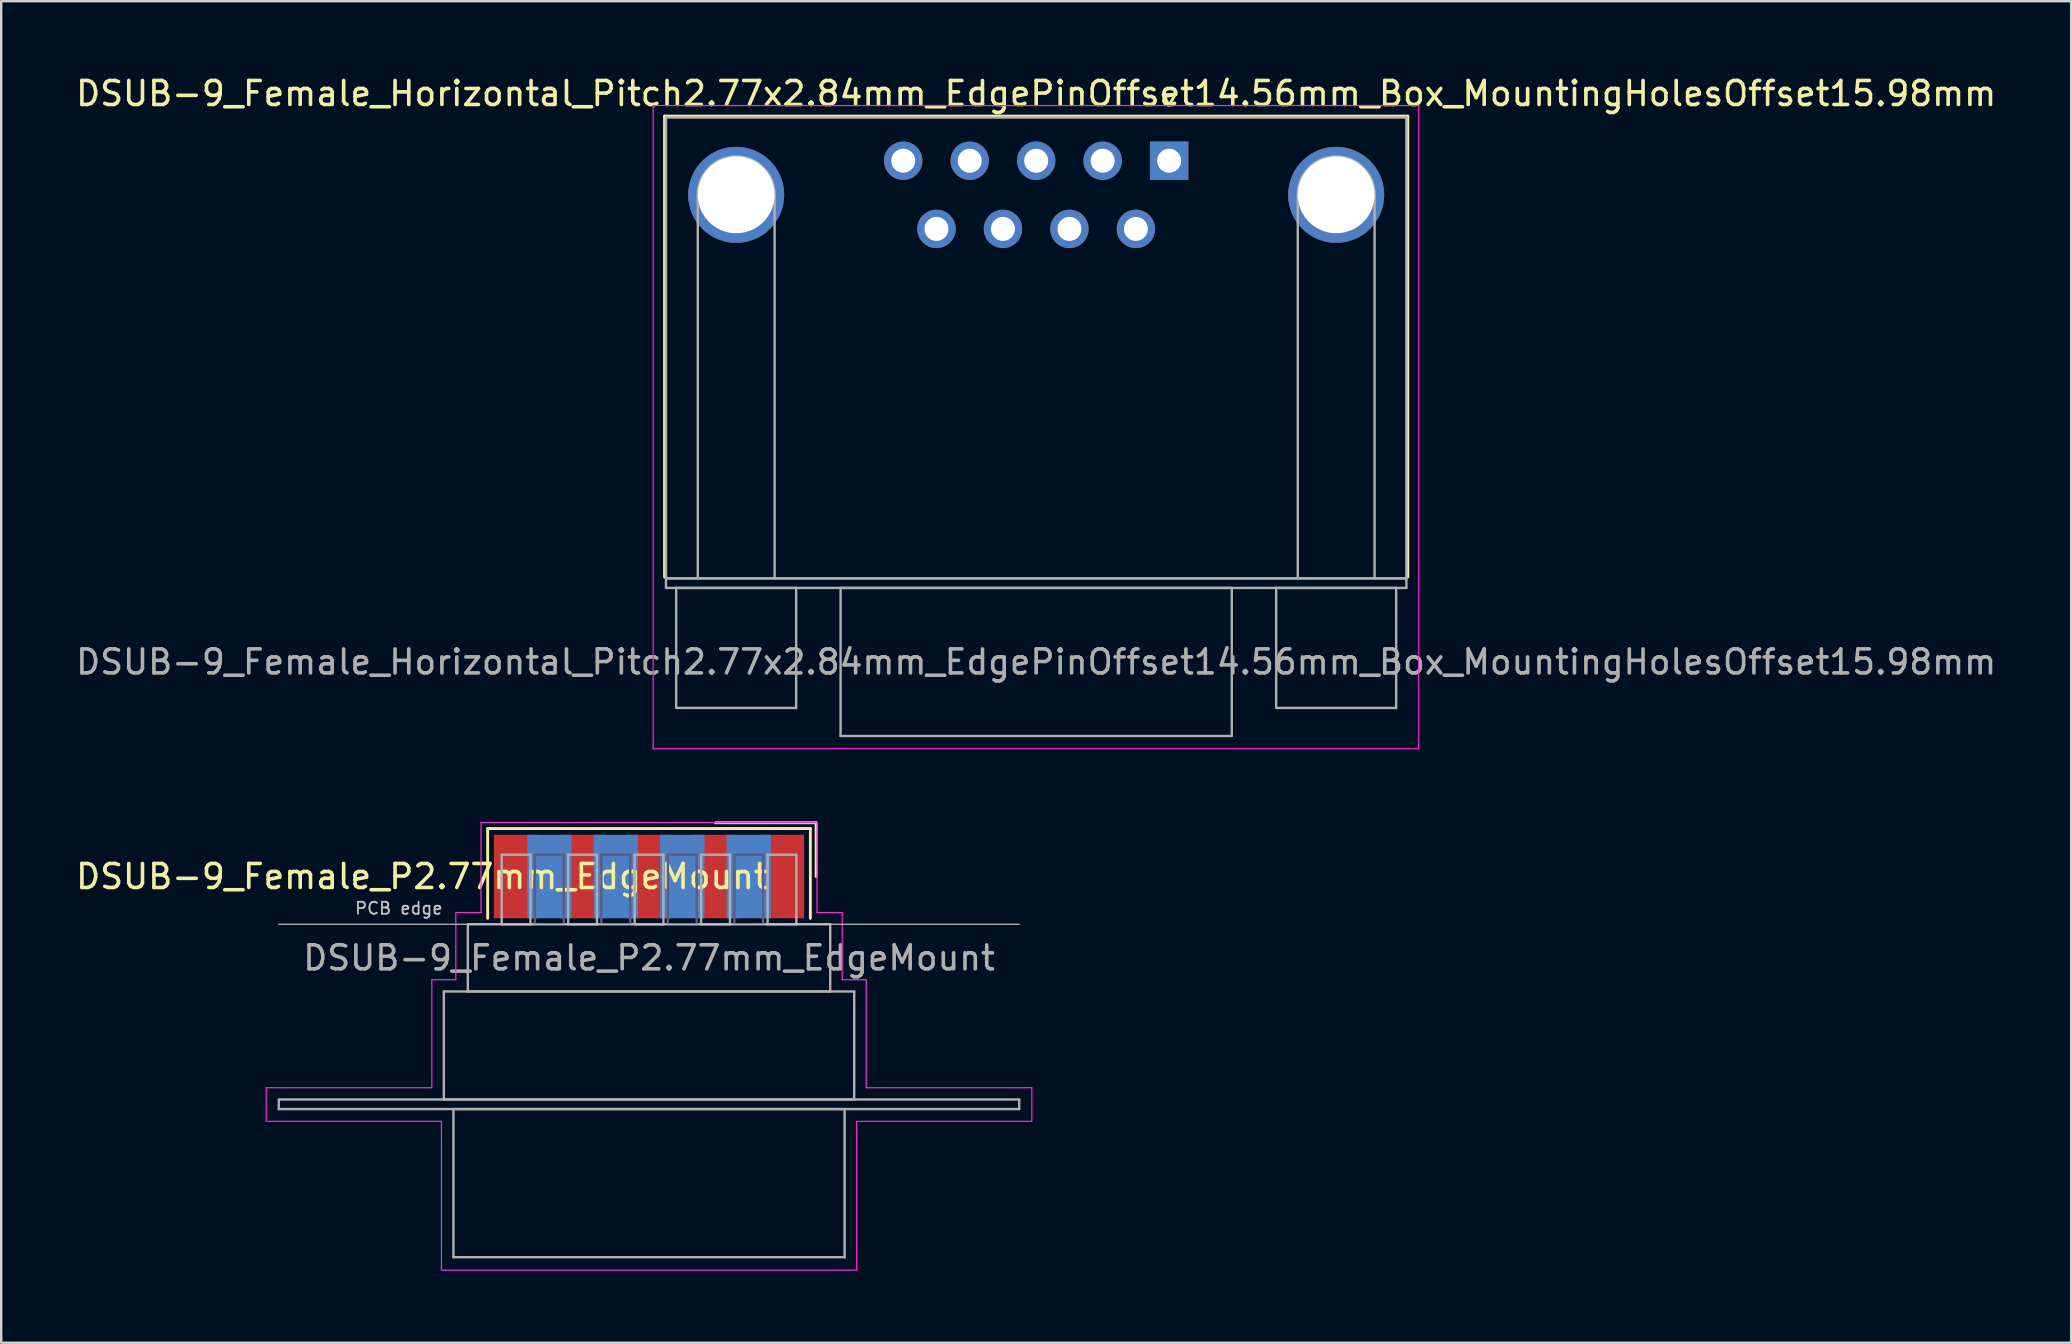
<source format=kicad_pcb>
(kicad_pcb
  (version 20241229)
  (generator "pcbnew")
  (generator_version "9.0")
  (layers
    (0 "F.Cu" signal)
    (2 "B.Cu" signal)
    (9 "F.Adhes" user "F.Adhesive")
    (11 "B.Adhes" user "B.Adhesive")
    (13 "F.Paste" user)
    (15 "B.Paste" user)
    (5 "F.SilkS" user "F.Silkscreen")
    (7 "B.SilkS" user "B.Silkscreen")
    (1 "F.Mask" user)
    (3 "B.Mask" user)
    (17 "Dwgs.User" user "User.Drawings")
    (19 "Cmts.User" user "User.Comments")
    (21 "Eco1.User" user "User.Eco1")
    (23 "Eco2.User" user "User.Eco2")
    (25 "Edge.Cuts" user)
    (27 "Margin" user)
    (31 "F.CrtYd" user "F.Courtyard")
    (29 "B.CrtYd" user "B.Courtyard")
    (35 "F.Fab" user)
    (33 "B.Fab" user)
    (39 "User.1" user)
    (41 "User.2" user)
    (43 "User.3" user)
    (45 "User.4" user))
  (footprint "DSUB-9_Female_P2.77mm_EdgeMount"
    (layer "F.Cu")
    (at 23.993 33.473)
    (property "Reference" "DSUB-9_Female_P2.77mm_EdgeMount" (at -9.463 0 0) (layer "F.SilkS") (effects (font (size 1 1) (thickness 0.15))))
    (attr smd)
    (fp_line (start -6.723 -2) (end -6.723 1.74) (stroke (width 0.12) (type solid)) (layer "F.SilkS"))
    (fp_line (start 6.723 -2) (end -6.723 -2) (stroke (width 0.12) (type solid)) (layer "F.SilkS"))
    (fp_line (start 6.723 1.74) (end 6.723 -2) (stroke (width 0.12) (type solid)) (layer "F.SilkS"))
    (fp_line (start 6.963 -2.24) (end 2.77 -2.24) (stroke (width 0.12) (type solid)) (layer "F.SilkS"))
    (fp_line (start 6.963 0) (end 6.963 -2.24) (stroke (width 0.12) (type solid)) (layer "F.SilkS"))
    (fp_line (start -15.425 1.99) (end 15.425 1.99) (stroke (width 0.05) (type solid)) (layer "Dwgs.User"))
    (fp_line (start -15.95 8.8) (end -9.05 8.8) (stroke (width 0.05) (type solid)) (layer "F.CrtYd"))
    (fp_line (start -15.95 10.2) (end -15.95 8.8) (stroke (width 0.05) (type solid)) (layer "F.CrtYd"))
    (fp_line (start -9.05 4.3) (end -8.05 4.3) (stroke (width 0.05) (type solid)) (layer "F.CrtYd"))
    (fp_line (start -9.05 8.8) (end -9.05 4.3) (stroke (width 0.05) (type solid)) (layer "F.CrtYd"))
    (fp_line (start -8.65 10.2) (end -15.95 10.2) (stroke (width 0.05) (type solid)) (layer "F.CrtYd"))
    (fp_line (start -8.65 16.4) (end -8.65 10.2) (stroke (width 0.05) (type solid)) (layer "F.CrtYd"))
    (fp_line (start -8.05 1.5) (end -7 1.5) (stroke (width 0.05) (type solid)) (layer "F.CrtYd"))
    (fp_line (start -8.05 4.3) (end -8.05 1.5) (stroke (width 0.05) (type solid)) (layer "F.CrtYd"))
    (fp_line (start -7 -2.25) (end 7 -2.25) (stroke (width 0.05) (type solid)) (layer "F.CrtYd"))
    (fp_line (start -7 1.5) (end -7 -2.25) (stroke (width 0.05) (type solid)) (layer "F.CrtYd"))
    (fp_line (start 7 -2.25) (end 7 1.5) (stroke (width 0.05) (type solid)) (layer "F.CrtYd"))
    (fp_line (start 7 1.5) (end 8.05 1.5) (stroke (width 0.05) (type solid)) (layer "F.CrtYd"))
    (fp_line (start 8.05 1.5) (end 8.05 4.3) (stroke (width 0.05) (type solid)) (layer "F.CrtYd"))
    (fp_line (start 8.05 4.3) (end 9.05 4.3) (stroke (width 0.05) (type solid)) (layer "F.CrtYd"))
    (fp_line (start 8.65 10.2) (end 8.65 16.4) (stroke (width 0.05) (type solid)) (layer "F.CrtYd"))
    (fp_line (start 8.65 16.4) (end -8.65 16.4) (stroke (width 0.05) (type solid)) (layer "F.CrtYd"))
    (fp_line (start 9.05 4.3) (end 9.05 8.8) (stroke (width 0.05) (type solid)) (layer "F.CrtYd"))
    (fp_line (start 9.05 8.8) (end 15.95 8.8) (stroke (width 0.05) (type solid)) (layer "F.CrtYd"))
    (fp_line (start 15.95 8.8) (end 15.95 10.2) (stroke (width 0.05) (type solid)) (layer "F.CrtYd"))
    (fp_line (start 15.95 10.2) (end 8.65 10.2) (stroke (width 0.05) (type solid)) (layer "F.CrtYd"))
    (fp_line (start -4.755 -0.91) (end -4.755 1.99) (stroke (width 0.1) (type solid)) (layer "B.Fab"))
    (fp_line (start -4.755 1.99) (end -3.555 1.99) (stroke (width 0.1) (type solid)) (layer "B.Fab"))
    (fp_line (start -3.555 -0.91) (end -4.755 -0.91) (stroke (width 0.1) (type solid)) (layer "B.Fab"))
    (fp_line (start -3.555 1.99) (end -3.555 -0.91) (stroke (width 0.1) (type solid)) (layer "B.Fab"))
    (fp_line (start -1.985 -0.91) (end -1.985 1.99) (stroke (width 0.1) (type solid)) (layer "B.Fab"))
    (fp_line (start -1.985 1.99) (end -0.785 1.99) (stroke (width 0.1) (type solid)) (layer "B.Fab"))
    (fp_line (start -0.785 -0.91) (end -1.985 -0.91) (stroke (width 0.1) (type solid)) (layer "B.Fab"))
    (fp_line (start -0.785 1.99) (end -0.785 -0.91) (stroke (width 0.1) (type solid)) (layer "B.Fab"))
    (fp_line (start 0.785 -0.91) (end 0.785 1.99) (stroke (width 0.1) (type solid)) (layer "B.Fab"))
    (fp_line (start 0.785 1.99) (end 1.985 1.99) (stroke (width 0.1) (type solid)) (layer "B.Fab"))
    (fp_line (start 1.985 -0.91) (end 0.785 -0.91) (stroke (width 0.1) (type solid)) (layer "B.Fab"))
    (fp_line (start 1.985 1.99) (end 1.985 -0.91) (stroke (width 0.1) (type solid)) (layer "B.Fab"))
    (fp_line (start 3.555 -0.91) (end 3.555 1.99) (stroke (width 0.1) (type solid)) (layer "B.Fab"))
    (fp_line (start 3.555 1.99) (end 4.755 1.99) (stroke (width 0.1) (type solid)) (layer "B.Fab"))
    (fp_line (start 4.755 -0.91) (end 3.555 -0.91) (stroke (width 0.1) (type solid)) (layer "B.Fab"))
    (fp_line (start 4.755 1.99) (end 4.755 -0.91) (stroke (width 0.1) (type solid)) (layer "B.Fab"))
    (fp_line (start -15.425 9.29) (end -15.425 9.69) (stroke (width 0.1) (type solid)) (layer "F.Fab"))
    (fp_line (start -15.425 9.69) (end 15.425 9.69) (stroke (width 0.1) (type solid)) (layer "F.Fab"))
    (fp_line (start -8.55 4.79) (end -8.55 9.29) (stroke (width 0.1) (type solid)) (layer "F.Fab"))
    (fp_line (start -8.55 9.29) (end 8.55 9.29) (stroke (width 0.1) (type solid)) (layer "F.Fab"))
    (fp_line (start -8.15 9.69) (end -8.15 15.86) (stroke (width 0.1) (type solid)) (layer "F.Fab"))
    (fp_line (start -8.15 15.86) (end 8.15 15.86) (stroke (width 0.1) (type solid)) (layer "F.Fab"))
    (fp_line (start -7.55 1.99) (end -7.55 4.79) (stroke (width 0.1) (type solid)) (layer "F.Fab"))
    (fp_line (start -7.55 4.79) (end 7.55 4.79) (stroke (width 0.1) (type solid)) (layer "F.Fab"))
    (fp_line (start -6.14 -0.91) (end -6.14 1.99) (stroke (width 0.1) (type solid)) (layer "F.Fab"))
    (fp_line (start -6.14 1.99) (end -4.94 1.99) (stroke (width 0.1) (type solid)) (layer "F.Fab"))
    (fp_line (start -4.94 -0.91) (end -6.14 -0.91) (stroke (width 0.1) (type solid)) (layer "F.Fab"))
    (fp_line (start -4.94 1.99) (end -4.94 -0.91) (stroke (width 0.1) (type solid)) (layer "F.Fab"))
    (fp_line (start -3.37 -0.91) (end -3.37 1.99) (stroke (width 0.1) (type solid)) (layer "F.Fab"))
    (fp_line (start -3.37 1.99) (end -2.17 1.99) (stroke (width 0.1) (type solid)) (layer "F.Fab"))
    (fp_line (start -2.17 -0.91) (end -3.37 -0.91) (stroke (width 0.1) (type solid)) (layer "F.Fab"))
    (fp_line (start -2.17 1.99) (end -2.17 -0.91) (stroke (width 0.1) (type solid)) (layer "F.Fab"))
    (fp_line (start -0.6 -0.91) (end -0.6 1.99) (stroke (width 0.1) (type solid)) (layer "F.Fab"))
    (fp_line (start -0.6 1.99) (end 0.6 1.99) (stroke (width 0.1) (type solid)) (layer "F.Fab"))
    (fp_line (start 0.6 -0.91) (end -0.6 -0.91) (stroke (width 0.1) (type solid)) (layer "F.Fab"))
    (fp_line (start 0.6 1.99) (end 0.6 -0.91) (stroke (width 0.1) (type solid)) (layer "F.Fab"))
    (fp_line (start 2.17 -0.91) (end 2.17 1.99) (stroke (width 0.1) (type solid)) (layer "F.Fab"))
    (fp_line (start 2.17 1.99) (end 3.37 1.99) (stroke (width 0.1) (type solid)) (layer "F.Fab"))
    (fp_line (start 3.37 -0.91) (end 2.17 -0.91) (stroke (width 0.1) (type solid)) (layer "F.Fab"))
    (fp_line (start 3.37 1.99) (end 3.37 -0.91) (stroke (width 0.1) (type solid)) (layer "F.Fab"))
    (fp_line (start 4.94 -0.91) (end 4.94 1.99) (stroke (width 0.1) (type solid)) (layer "F.Fab"))
    (fp_line (start 4.94 1.99) (end 6.14 1.99) (stroke (width 0.1) (type solid)) (layer "F.Fab"))
    (fp_line (start 6.14 -0.91) (end 4.94 -0.91) (stroke (width 0.1) (type solid)) (layer "F.Fab"))
    (fp_line (start 6.14 1.99) (end 6.14 -0.91) (stroke (width 0.1) (type solid)) (layer "F.Fab"))
    (fp_line (start 7.55 1.99) (end -7.55 1.99) (stroke (width 0.1) (type solid)) (layer "F.Fab"))
    (fp_line (start 7.55 4.79) (end 7.55 1.99) (stroke (width 0.1) (type solid)) (layer "F.Fab"))
    (fp_line (start 8.15 9.69) (end -8.15 9.69) (stroke (width 0.1) (type solid)) (layer "F.Fab"))
    (fp_line (start 8.15 15.86) (end 8.15 9.69) (stroke (width 0.1) (type solid)) (layer "F.Fab"))
    (fp_line (start 8.55 4.79) (end -8.55 4.79) (stroke (width 0.1) (type solid)) (layer "F.Fab"))
    (fp_line (start 8.55 9.29) (end 8.55 4.79) (stroke (width 0.1) (type solid)) (layer "F.Fab"))
    (fp_line (start 15.425 9.29) (end -15.425 9.29) (stroke (width 0.1) (type solid)) (layer "F.Fab"))
    (fp_line (start 15.425 9.69) (end 15.425 9.29) (stroke (width 0.1) (type solid)) (layer "F.Fab"))
    (fp_text user "PCB edge" (at -10.425 1.323 0) (layer "Dwgs.User") (effects (font (size 0.5 0.5) (thickness 0.075))))
    (fp_text user "${REFERENCE}" (at 0 3.39 0) (layer "F.Fab") (effects (font (size 1 1) (thickness 0.15))))
    (pad "1" smd rect (at 5.54 0) (size 1.847 3.48) (layers "F.Cu" "F.Mask" "F.Paste"))
    (pad "2" smd rect (at 2.77 0) (size 1.847 3.48) (layers "F.Cu" "F.Mask" "F.Paste"))
    (pad "3" smd rect (at 0 0) (size 1.847 3.48) (layers "F.Cu" "F.Mask" "F.Paste"))
    (pad "4" smd rect (at -2.77 0) (size 1.847 3.48) (layers "F.Cu" "F.Mask" "F.Paste"))
    (pad "5" smd rect (at -5.54 0) (size 1.847 3.48) (layers "F.Cu" "F.Mask" "F.Paste"))
    (pad "6" smd rect (at 4.155 0) (size 1.847 3.48) (layers "B.Cu" "B.Mask" "B.Paste"))
    (pad "7" smd rect (at 1.385 0) (size 1.847 3.48) (layers "B.Cu" "B.Mask" "B.Paste"))
    (pad "8" smd rect (at -1.385 0) (size 1.847 3.48) (layers "B.Cu" "B.Mask" "B.Paste"))
    (pad "9" smd rect (at -4.155 0) (size 1.847 3.48) (layers "B.Cu" "B.Mask" "B.Paste")))
  (footprint "DSUB-9_Female_Horizontal_Pitch2.77x2.84mm_EdgePinOffset14.56mm_Box_MountingHolesOffset15.98mm"
    (layer "F.Cu")
    (at 45.665 3.648)
    (property "Reference" "DSUB-9_Female_Horizontal_Pitch2.77x2.84mm_EdgePinOffset14.56mm_Box_MountingHolesOffset15.98mm" (at -5.54 -2.8 0) (layer "F.SilkS") (effects (font (size 1 1) (thickness 0.15))))
    (attr through_hole)
    (fp_line (start -21.025 -1.86) (end 9.945 -1.86) (stroke (width 0.12) (type solid)) (layer "F.SilkS"))
    (fp_line (start -21.025 17.34) (end -21.025 -1.86) (stroke (width 0.12) (type solid)) (layer "F.SilkS"))
    (fp_line (start -0.25 -2.754) (end 0.25 -2.754) (stroke (width 0.12) (type solid)) (layer "F.SilkS"))
    (fp_line (start 0 -2.321) (end -0.25 -2.754) (stroke (width 0.12) (type solid)) (layer "F.SilkS"))
    (fp_line (start 0.25 -2.754) (end 0 -2.321) (stroke (width 0.12) (type solid)) (layer "F.SilkS"))
    (fp_line (start 9.945 -1.86) (end 9.945 17.34) (stroke (width 0.12) (type solid)) (layer "F.SilkS"))
    (fp_line (start -21.5 -2.3) (end -21.5 24.5) (stroke (width 0.05) (type solid)) (layer "F.CrtYd"))
    (fp_line (start -21.5 24.5) (end 10.4 24.5) (stroke (width 0.05) (type solid)) (layer "F.CrtYd"))
    (fp_line (start 10.4 -2.3) (end -21.5 -2.3) (stroke (width 0.05) (type solid)) (layer "F.CrtYd"))
    (fp_line (start 10.4 24.5) (end 10.4 -2.3) (stroke (width 0.05) (type solid)) (layer "F.CrtYd"))
    (fp_line (start -20.965 -1.8) (end -20.965 17.4) (stroke (width 0.1) (type solid)) (layer "F.Fab"))
    (fp_line (start -20.965 17.4) (end -20.965 17.8) (stroke (width 0.1) (type solid)) (layer "F.Fab"))
    (fp_line (start -20.965 17.4) (end 9.885 17.4) (stroke (width 0.1) (type solid)) (layer "F.Fab"))
    (fp_line (start -20.965 17.8) (end 9.885 17.8) (stroke (width 0.1) (type solid)) (layer "F.Fab"))
    (fp_line (start -20.54 17.8) (end -20.54 22.8) (stroke (width 0.1) (type solid)) (layer "F.Fab"))
    (fp_line (start -20.54 22.8) (end -15.54 22.8) (stroke (width 0.1) (type solid)) (layer "F.Fab"))
    (fp_line (start -19.64 17.4) (end -19.64 1.42) (stroke (width 0.1) (type solid)) (layer "F.Fab"))
    (fp_line (start -16.44 17.4) (end -16.44 1.42) (stroke (width 0.1) (type solid)) (layer "F.Fab"))
    (fp_line (start -15.54 17.8) (end -20.54 17.8) (stroke (width 0.1) (type solid)) (layer "F.Fab"))
    (fp_line (start -15.54 22.8) (end -15.54 17.8) (stroke (width 0.1) (type solid)) (layer "F.Fab"))
    (fp_line (start -13.69 17.8) (end -13.69 23.97) (stroke (width 0.1) (type solid)) (layer "F.Fab"))
    (fp_line (start -13.69 23.97) (end 2.61 23.97) (stroke (width 0.1) (type solid)) (layer "F.Fab"))
    (fp_line (start 2.61 17.8) (end -13.69 17.8) (stroke (width 0.1) (type solid)) (layer "F.Fab"))
    (fp_line (start 2.61 23.97) (end 2.61 17.8) (stroke (width 0.1) (type solid)) (layer "F.Fab"))
    (fp_line (start 4.46 17.8) (end 4.46 22.8) (stroke (width 0.1) (type solid)) (layer "F.Fab"))
    (fp_line (start 4.46 22.8) (end 9.46 22.8) (stroke (width 0.1) (type solid)) (layer "F.Fab"))
    (fp_line (start 5.36 17.4) (end 5.36 1.42) (stroke (width 0.1) (type solid)) (layer "F.Fab"))
    (fp_line (start 8.56 17.4) (end 8.56 1.42) (stroke (width 0.1) (type solid)) (layer "F.Fab"))
    (fp_line (start 9.46 17.8) (end 4.46 17.8) (stroke (width 0.1) (type solid)) (layer "F.Fab"))
    (fp_line (start 9.46 22.8) (end 9.46 17.8) (stroke (width 0.1) (type solid)) (layer "F.Fab"))
    (fp_line (start 9.885 -1.8) (end -20.965 -1.8) (stroke (width 0.1) (type solid)) (layer "F.Fab"))
    (fp_line (start 9.885 17.4) (end -20.965 17.4) (stroke (width 0.1) (type solid)) (layer "F.Fab"))
    (fp_line (start 9.885 17.4) (end 9.885 -1.8) (stroke (width 0.1) (type solid)) (layer "F.Fab"))
    (fp_line (start 9.885 17.8) (end 9.885 17.4) (stroke (width 0.1) (type solid)) (layer "F.Fab"))
    (fp_arc (start -19.64 1.42) (mid -18.04 -0.18) (end -16.44 1.42) (stroke (width 0.1) (type solid)) (layer "F.Fab"))
    (fp_arc (start 5.36 1.42) (mid 6.96 -0.18) (end 8.56 1.42) (stroke (width 0.1) (type solid)) (layer "F.Fab"))
    (fp_text user "${REFERENCE}" (at -5.54 20.885 0) (layer "F.Fab") (effects (font (size 1 1) (thickness 0.15))))
    (pad "0" thru_hole circle (at -18.04 1.42) (size 4 4) (drill 3.2) (layers "*.Cu" "*.Mask"))
    (pad "0" thru_hole circle (at 6.96 1.42) (size 4 4) (drill 3.2) (layers "*.Cu" "*.Mask"))
    (pad "1" thru_hole rect (at 0 0) (size 1.6 1.6) (drill 1) (layers "*.Cu" "*.Mask"))
    (pad "2" thru_hole circle (at -2.77 0) (size 1.6 1.6) (drill 1) (layers "*.Cu" "*.Mask"))
    (pad "3" thru_hole circle (at -5.54 0) (size 1.6 1.6) (drill 1) (layers "*.Cu" "*.Mask"))
    (pad "4" thru_hole circle (at -8.31 0) (size 1.6 1.6) (drill 1) (layers "*.Cu" "*.Mask"))
    (pad "5" thru_hole circle (at -11.08 0) (size 1.6 1.6) (drill 1) (layers "*.Cu" "*.Mask"))
    (pad "6" thru_hole circle (at -1.385 2.84) (size 1.6 1.6) (drill 1) (layers "*.Cu" "*.Mask"))
    (pad "7" thru_hole circle (at -4.155 2.84) (size 1.6 1.6) (drill 1) (layers "*.Cu" "*.Mask"))
    (pad "8" thru_hole circle (at -6.925 2.84) (size 1.6 1.6) (drill 1) (layers "*.Cu" "*.Mask"))
    (pad "9" thru_hole circle (at -9.695 2.84) (size 1.6 1.6) (drill 1) (layers "*.Cu" "*.Mask")))
  (gr_rect
    (start -3 -3)
    (end 83.25 52.898)
    (stroke (width 0.1) (type default))
    (fill no)
    (layer "Edge.Cuts")))
</source>
